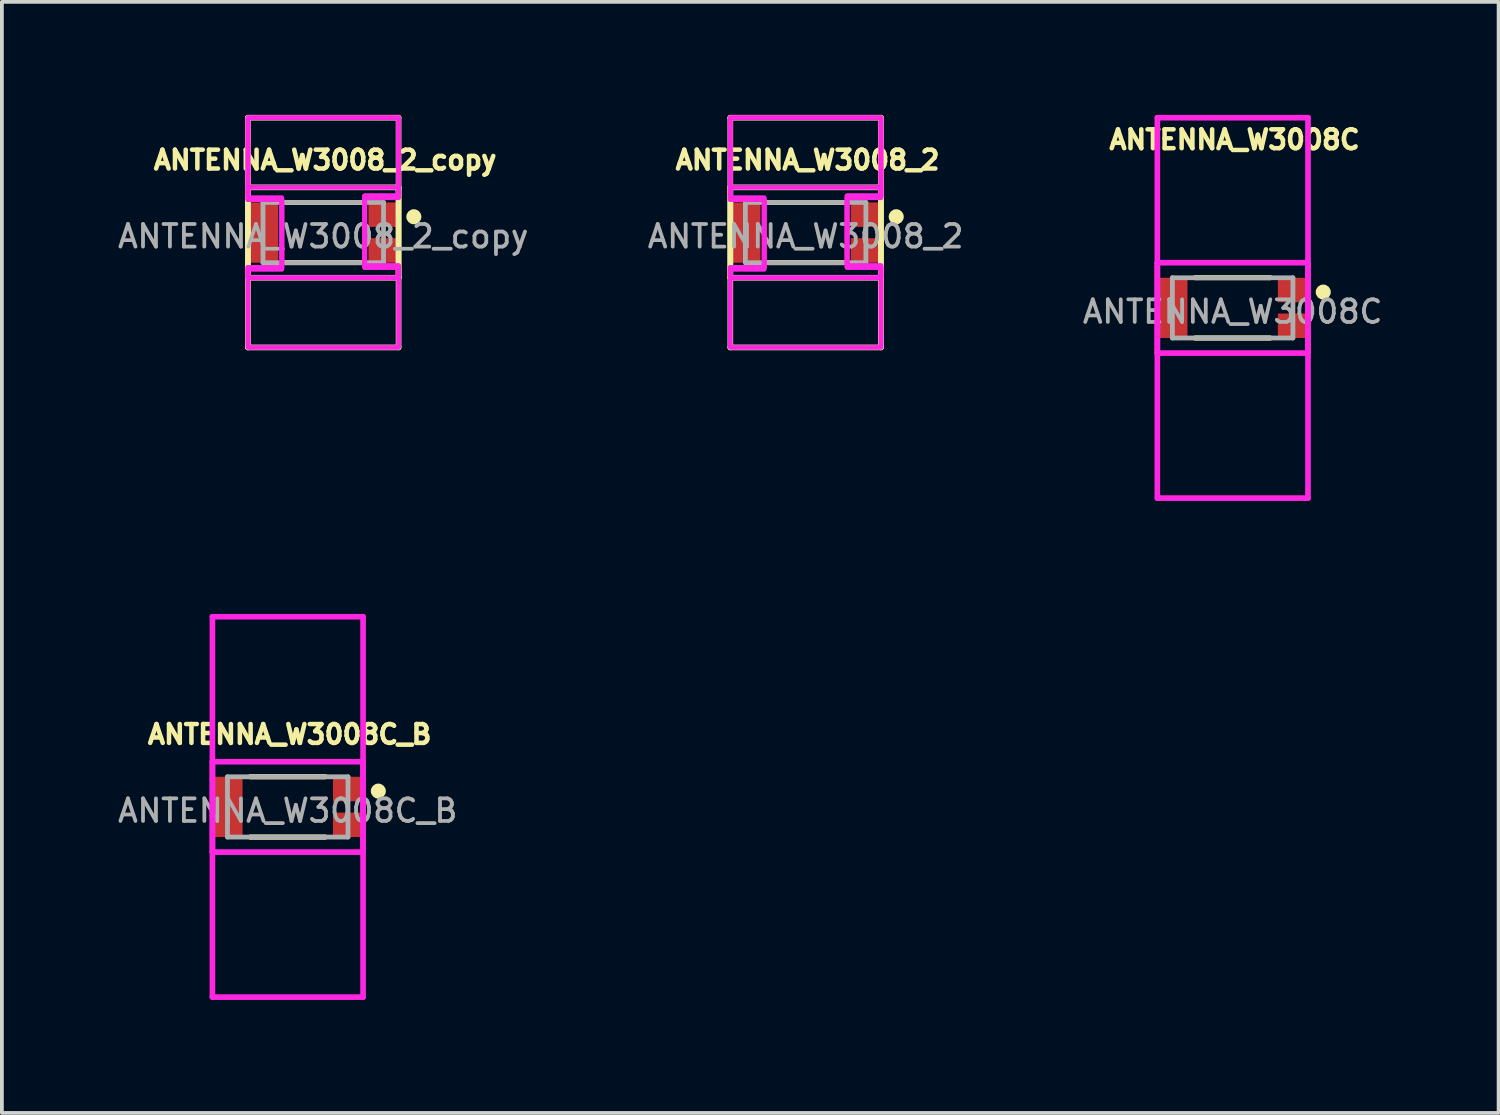
<source format=kicad_pcb>
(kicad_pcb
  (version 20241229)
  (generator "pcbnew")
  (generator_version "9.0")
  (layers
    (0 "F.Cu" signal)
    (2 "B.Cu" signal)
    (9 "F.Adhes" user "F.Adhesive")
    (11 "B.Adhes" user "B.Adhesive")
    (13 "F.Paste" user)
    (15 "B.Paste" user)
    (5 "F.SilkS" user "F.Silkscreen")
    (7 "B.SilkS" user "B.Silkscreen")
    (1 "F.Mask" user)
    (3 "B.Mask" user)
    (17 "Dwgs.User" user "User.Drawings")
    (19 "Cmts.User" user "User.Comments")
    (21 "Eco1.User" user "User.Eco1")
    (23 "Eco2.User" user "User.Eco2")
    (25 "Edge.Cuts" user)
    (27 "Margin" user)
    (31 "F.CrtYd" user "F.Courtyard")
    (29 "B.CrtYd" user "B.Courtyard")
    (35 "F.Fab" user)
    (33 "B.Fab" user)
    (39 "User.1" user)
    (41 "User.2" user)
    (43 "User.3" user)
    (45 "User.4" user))
  (footprint "ANTENNA_W3008C_B"
    (layer "F.Cu")
    (at 4.59 18.375)
    (property "Reference" "ANTENNA_W3008C_B" (at 0.05 -1.926 0) (layer "F.SilkS") (effects (font (size 0.5 0.5) (thickness 0.12))))
    (attr smd)
    (fp_line (start -1 -0.8) (end 1 -0.8) (stroke (width 0.127) (type solid)) (layer "F.SilkS"))
    (fp_line (start -1 0.8) (end 1 0.8) (stroke (width 0.127) (type solid)) (layer "F.SilkS"))
    (fp_line (start 1 -0.8) (end -1 -0.8) (stroke (width 0.127) (type solid)) (layer "F.SilkS"))
    (fp_line (start 1 0.8) (end -1 0.8) (stroke (width 0.127) (type solid)) (layer "F.SilkS"))
    (fp_circle (center 2.405 -0.42) (end 2.505 -0.42) (stroke (width 0.2) (type solid)) (fill no) (layer "F.SilkS"))
    (fp_line (start -2 -5.05) (end -2 1.2) (stroke (width 0.15) (type solid)) (layer "F.CrtYd"))
    (fp_line (start -2 -1.2) (end -2 5.05) (stroke (width 0.15) (type solid)) (layer "F.CrtYd"))
    (fp_line (start -2 1.2) (end 2 1.2) (stroke (width 0.15) (type solid)) (layer "F.CrtYd"))
    (fp_line (start -2 5.05) (end 2 5.05) (stroke (width 0.15) (type solid)) (layer "F.CrtYd"))
    (fp_line (start 2 -5.05) (end -2 -5.05) (stroke (width 0.15) (type solid)) (layer "F.CrtYd"))
    (fp_line (start 2 -1.2) (end -2 -1.2) (stroke (width 0.15) (type solid)) (layer "F.CrtYd"))
    (fp_line (start 2 1.2) (end 2 -5.05) (stroke (width 0.15) (type solid)) (layer "F.CrtYd"))
    (fp_line (start 2 5.05) (end 2 -1.2) (stroke (width 0.15) (type solid)) (layer "F.CrtYd"))
    (fp_line (start -1.6 -0.8) (end 1.6 -0.8) (stroke (width 0.127) (type solid)) (layer "F.Fab"))
    (fp_line (start -1.6 0.8) (end -1.6 -0.8) (stroke (width 0.127) (type solid)) (layer "F.Fab"))
    (fp_line (start 1.6 -0.8) (end 1.6 0.8) (stroke (width 0.127) (type solid)) (layer "F.Fab"))
    (fp_line (start 1.6 0.8) (end -1.6 0.8) (stroke (width 0.127) (type solid)) (layer "F.Fab"))
    (fp_text user "${REFERENCE}" (at 0 0.1 0) (layer "F.Fab") (effects (font (size 0.6 0.6) (thickness 0.1))))
    (pad "FEED" smd rect (at 1.6 -0.475 90) (size 0.65 0.8) (layers "F.Cu" "F.Mask" "F.Paste"))
    (pad "G1" smd rect (at 1.6 0.475 90) (size 0.65 0.8) (layers "F.Cu" "F.Mask" "F.Paste"))
    (pad "G2" smd rect (at -1.6 0 90) (size 1.6 0.8) (layers "F.Cu" "F.Mask" "F.Paste")))
  (footprint "ANTENNA_W3008_2"
    (layer "F.Cu")
    (at 18.341 3.125)
    (property "Reference" "ANTENNA_W3008_2" (at 0.05 -1.926 0) (layer "F.SilkS") (effects (font (size 0.5 0.5) (thickness 0.12))))
    (attr smd)
    (fp_line (start -2 -3.05) (end -2 1.2) (stroke (width 0.15) (type solid)) (layer "F.SilkS"))
    (fp_line (start -2 -1.2) (end -2 3.05) (stroke (width 0.15) (type solid)) (layer "F.SilkS"))
    (fp_line (start -2 1.2) (end 2 1.2) (stroke (width 0.15) (type solid)) (layer "F.SilkS"))
    (fp_line (start -2 3.05) (end 2 3.05) (stroke (width 0.15) (type solid)) (layer "F.SilkS"))
    (fp_line (start -1 -0.8) (end 1 -0.8) (stroke (width 0.127) (type solid)) (layer "F.SilkS"))
    (fp_line (start -1 0.8) (end 1 0.8) (stroke (width 0.127) (type solid)) (layer "F.SilkS"))
    (fp_line (start 1 -0.8) (end -1 -0.8) (stroke (width 0.127) (type solid)) (layer "F.SilkS"))
    (fp_line (start 1 0.8) (end -1 0.8) (stroke (width 0.127) (type solid)) (layer "F.SilkS"))
    (fp_line (start 2 -3.05) (end -2 -3.05) (stroke (width 0.15) (type solid)) (layer "F.SilkS"))
    (fp_line (start 2 -1.2) (end -2 -1.2) (stroke (width 0.15) (type solid)) (layer "F.SilkS"))
    (fp_line (start 2 1.2) (end 2 -3.05) (stroke (width 0.15) (type solid)) (layer "F.SilkS"))
    (fp_line (start 2 3.05) (end 2 -1.2) (stroke (width 0.15) (type solid)) (layer "F.SilkS"))
    (fp_circle (center 2.405 -0.42) (end 2.505 -0.42) (stroke (width 0.2) (type solid)) (fill no) (layer "F.SilkS"))
    (fp_poly (pts (xy -2 1.2) (xy -2 0.925) (xy -1.1 0.925) (xy -1.1 -0.875) (xy -2 -0.875) (xy -2 -3.05) (xy 2 -3.05) (xy 2 -0.975) (xy 1.1 -0.975) (xy 1.1 0.925) (xy 2 0.925) (xy 2 1.2)) (stroke (width 0.127) (type solid)) (fill no) (layer "F.CrtYd"))
    (fp_poly (pts (xy -2 1.2) (xy 2 1.2) (xy 2 0.925) (xy 1.1 0.925) (xy 1.1 -0.975) (xy 2 -0.975) (xy 2 -3.05) (xy -2 -3.05) (xy -2 -0.875) (xy -1.1 -0.875) (xy -1.1 0.925) (xy -2 0.925)) (stroke (width 0.127) (type solid)) (fill no) (layer "F.CrtYd"))
    (fp_poly (pts (xy 2 -1.2) (xy 2 -0.925) (xy 1.1 -0.925) (xy 1.1 0.875) (xy 2 0.875) (xy 2 3.05) (xy -2 3.05) (xy -2 0.975) (xy -1.1 0.975) (xy -1.1 -0.925) (xy -2 -0.925) (xy -2 -1.2)) (stroke (width 0.127) (type solid)) (fill no) (layer "F.CrtYd"))
    (fp_line (start -1.6 -0.8) (end 1.6 -0.8) (stroke (width 0.127) (type solid)) (layer "F.Fab"))
    (fp_line (start -1.6 0.8) (end -1.6 -0.8) (stroke (width 0.127) (type solid)) (layer "F.Fab"))
    (fp_line (start 1.6 -0.8) (end 1.6 0.8) (stroke (width 0.127) (type solid)) (layer "F.Fab"))
    (fp_line (start 1.6 0.8) (end -1.6 0.8) (stroke (width 0.127) (type solid)) (layer "F.Fab"))
    (fp_text user "${REFERENCE}" (at 0 0.1 0) (layer "F.Fab") (effects (font (size 0.6 0.6) (thickness 0.1))))
    (pad "FEED" smd rect (at 1.6 0.475 90) (size 0.65 0.8) (layers "F.Cu" "F.Mask" "F.Paste"))
    (pad "G1" smd rect (at 1.6 -0.475 90) (size 0.65 0.8) (layers "F.Cu" "F.Mask" "F.Paste"))
    (pad "G2" smd rect (at -1.6 0 90) (size 1.6 0.8) (layers "F.Cu" "F.Mask" "F.Paste")))
  (footprint "ANTENNA_W3008_2_copy"
    (layer "F.Cu")
    (at 5.533 3.125)
    (property "Reference" "ANTENNA_W3008_2_copy" (at 0.05 -1.926 0) (layer "F.SilkS") (effects (font (size 0.5 0.5) (thickness 0.12))))
    (attr smd)
    (fp_line (start -2 -3.05) (end -2 1.2) (stroke (width 0.15) (type solid)) (layer "F.SilkS"))
    (fp_line (start -2 -1.2) (end -2 3.05) (stroke (width 0.15) (type solid)) (layer "F.SilkS"))
    (fp_line (start -2 1.2) (end 2 1.2) (stroke (width 0.15) (type solid)) (layer "F.SilkS"))
    (fp_line (start -2 3.05) (end 2 3.05) (stroke (width 0.15) (type solid)) (layer "F.SilkS"))
    (fp_line (start -1 -0.8) (end 1 -0.8) (stroke (width 0.127) (type solid)) (layer "F.SilkS"))
    (fp_line (start -1 0.8) (end 1 0.8) (stroke (width 0.127) (type solid)) (layer "F.SilkS"))
    (fp_line (start 1 -0.8) (end -1 -0.8) (stroke (width 0.127) (type solid)) (layer "F.SilkS"))
    (fp_line (start 1 0.8) (end -1 0.8) (stroke (width 0.127) (type solid)) (layer "F.SilkS"))
    (fp_line (start 2 -3.05) (end -2 -3.05) (stroke (width 0.15) (type solid)) (layer "F.SilkS"))
    (fp_line (start 2 -1.2) (end -2 -1.2) (stroke (width 0.15) (type solid)) (layer "F.SilkS"))
    (fp_line (start 2 1.2) (end 2 -3.05) (stroke (width 0.15) (type solid)) (layer "F.SilkS"))
    (fp_line (start 2 3.05) (end 2 -1.2) (stroke (width 0.15) (type solid)) (layer "F.SilkS"))
    (fp_circle (center 2.405 -0.42) (end 2.505 -0.42) (stroke (width 0.2) (type solid)) (fill no) (layer "F.SilkS"))
    (fp_poly (pts (xy -2 1.2) (xy -2 0.925) (xy -1.1 0.925) (xy -1.1 -0.875) (xy -2 -0.875) (xy -2 -3.05) (xy 2 -3.05) (xy 2 -0.975) (xy 1.1 -0.975) (xy 1.1 0.925) (xy 2 0.925) (xy 2 1.2)) (stroke (width 0.127) (type solid)) (fill no) (layer "F.CrtYd"))
    (fp_poly (pts (xy -2 1.2) (xy 2 1.2) (xy 2 0.925) (xy 1.1 0.925) (xy 1.1 -0.975) (xy 2 -0.975) (xy 2 -3.05) (xy -2 -3.05) (xy -2 -0.875) (xy -1.1 -0.875) (xy -1.1 0.925) (xy -2 0.925)) (stroke (width 0.127) (type solid)) (fill no) (layer "F.CrtYd"))
    (fp_poly (pts (xy 2 -1.2) (xy 2 -0.925) (xy 1.1 -0.925) (xy 1.1 0.875) (xy 2 0.875) (xy 2 3.05) (xy -2 3.05) (xy -2 0.975) (xy -1.1 0.975) (xy -1.1 -0.925) (xy -2 -0.925) (xy -2 -1.2)) (stroke (width 0.127) (type solid)) (fill no) (layer "F.CrtYd"))
    (fp_line (start -1.6 -0.8) (end 1.6 -0.8) (stroke (width 0.127) (type solid)) (layer "F.Fab"))
    (fp_line (start -1.6 0.8) (end -1.6 -0.8) (stroke (width 0.127) (type solid)) (layer "F.Fab"))
    (fp_line (start 1.6 -0.8) (end 1.6 0.8) (stroke (width 0.127) (type solid)) (layer "F.Fab"))
    (fp_line (start 1.6 0.8) (end -1.6 0.8) (stroke (width 0.127) (type solid)) (layer "F.Fab"))
    (fp_text user "${REFERENCE}" (at 0 0.1 0) (layer "F.Fab") (effects (font (size 0.6 0.6) (thickness 0.1))))
    (pad "FEED" smd rect (at 1.6 0.475 90) (size 0.65 0.8) (layers "F.Cu" "F.Mask" "F.Paste"))
    (pad "G1" smd rect (at 1.6 -0.475 90) (size 0.65 0.8) (layers "F.Cu" "F.Mask" "F.Paste"))
    (pad "G2" smd rect (at -1.6 0 90) (size 1.6 0.8) (layers "F.Cu" "F.Mask" "F.Paste")))
  (footprint "ANTENNA_W3008C"
    (layer "F.Cu")
    (at 29.679 5.125)
    (property "Reference" "ANTENNA_W3008C" (at 0.05 -4.466 180) (layer "F.SilkS") (effects (font (size 0.5 0.5) (thickness 0.12))))
    (attr smd)
    (fp_line (start -1 -0.8) (end 1 -0.8) (stroke (width 0.127) (type solid)) (layer "F.SilkS"))
    (fp_line (start -1 0.8) (end 1 0.8) (stroke (width 0.127) (type solid)) (layer "F.SilkS"))
    (fp_line (start 1 -0.8) (end -1 -0.8) (stroke (width 0.127) (type solid)) (layer "F.SilkS"))
    (fp_line (start 1 0.8) (end -1 0.8) (stroke (width 0.127) (type solid)) (layer "F.SilkS"))
    (fp_circle (center 2.405 -0.42) (end 2.505 -0.42) (stroke (width 0.2) (type solid)) (fill no) (layer "F.SilkS"))
    (fp_line (start -2 -5.05) (end -2 1.2) (stroke (width 0.15) (type solid)) (layer "F.CrtYd"))
    (fp_line (start -2 -1.2) (end -2 5.05) (stroke (width 0.15) (type solid)) (layer "F.CrtYd"))
    (fp_line (start -2 1.2) (end 2 1.2) (stroke (width 0.15) (type solid)) (layer "F.CrtYd"))
    (fp_line (start -2 5.05) (end 2 5.05) (stroke (width 0.15) (type solid)) (layer "F.CrtYd"))
    (fp_line (start 2 -5.05) (end -2 -5.05) (stroke (width 0.15) (type solid)) (layer "F.CrtYd"))
    (fp_line (start 2 -1.2) (end -2 -1.2) (stroke (width 0.15) (type solid)) (layer "F.CrtYd"))
    (fp_line (start 2 1.2) (end 2 -5.05) (stroke (width 0.15) (type solid)) (layer "F.CrtYd"))
    (fp_line (start 2 5.05) (end 2 -1.2) (stroke (width 0.15) (type solid)) (layer "F.CrtYd"))
    (fp_line (start -1.6 -0.8) (end 1.6 -0.8) (stroke (width 0.127) (type solid)) (layer "F.Fab"))
    (fp_line (start -1.6 0.8) (end -1.6 -0.8) (stroke (width 0.127) (type solid)) (layer "F.Fab"))
    (fp_line (start 1.6 -0.8) (end 1.6 0.8) (stroke (width 0.127) (type solid)) (layer "F.Fab"))
    (fp_line (start 1.6 0.8) (end -1.6 0.8) (stroke (width 0.127) (type solid)) (layer "F.Fab"))
    (fp_text user "${REFERENCE}" (at 0 0.1 180) (layer "F.Fab") (effects (font (size 0.6 0.6) (thickness 0.1))))
    (pad "FEED" smd rect (at 1.6 0.475 90) (size 0.65 0.8) (layers "F.Cu" "F.Mask" "F.Paste"))
    (pad "G1" smd rect (at 1.6 -0.475 90) (size 0.65 0.8) (layers "F.Cu" "F.Mask" "F.Paste"))
    (pad "G2" smd rect (at -1.6 0 90) (size 1.6 0.8) (layers "F.Cu" "F.Mask" "F.Paste"))
    (zone (net_name "") (layers "F.Cu" "B.Cu") (name "ANT_KEEPOUT") (hatch edge 0.508) (connect_pads) (min_thickness 0.254) (filled_areas_thickness no) (keepout (tracks not_allowed) (vias not_allowed) (pads not_allowed) (copperpour not_allowed) (footprints not_allowed)) (placement (enabled no)) (fill) (polygon (pts (xy 31.679 4.325) (xy 30.879 4.325) (xy 30.879 4.975) (xy 31.679 4.975) (xy 31.679 5.275) (xy 30.879 5.275) (xy 30.879 5.925) (xy 31.679 5.925) (xy 31.679 10.175) (xy 27.679 10.175) (xy 27.679 5.925) (xy 28.479 5.925) (xy 28.479 4.325) (xy 27.679 4.325) (xy 27.679 3.925) (xy 31.679 3.925)))))
  (gr_rect
    (start -3 -3)
    (end 36.74 26.5)
    (stroke (width 0.1) (type default))
    (fill no)
    (layer "Edge.Cuts")))
</source>
